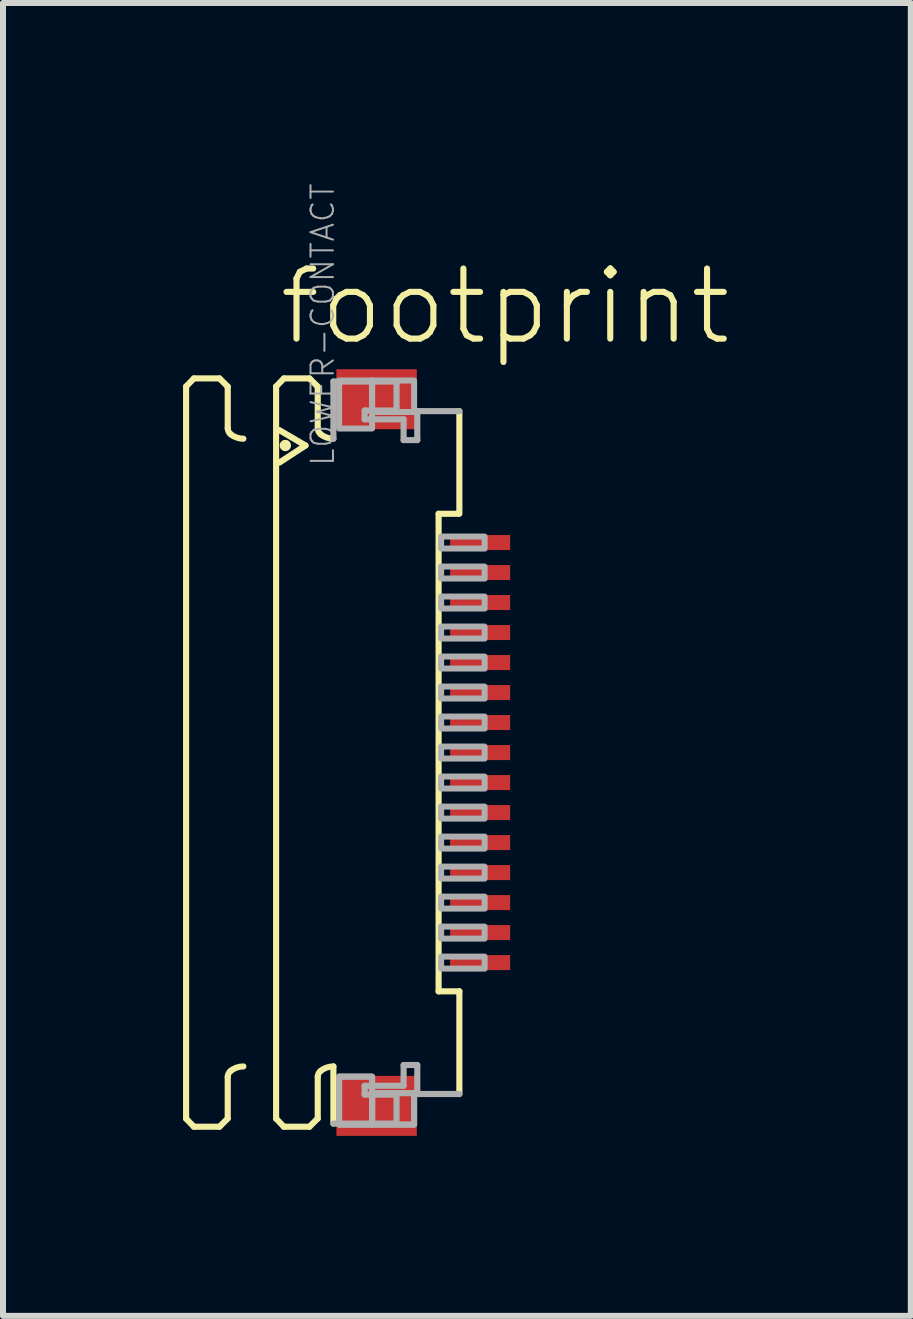
<source format=kicad_pcb>
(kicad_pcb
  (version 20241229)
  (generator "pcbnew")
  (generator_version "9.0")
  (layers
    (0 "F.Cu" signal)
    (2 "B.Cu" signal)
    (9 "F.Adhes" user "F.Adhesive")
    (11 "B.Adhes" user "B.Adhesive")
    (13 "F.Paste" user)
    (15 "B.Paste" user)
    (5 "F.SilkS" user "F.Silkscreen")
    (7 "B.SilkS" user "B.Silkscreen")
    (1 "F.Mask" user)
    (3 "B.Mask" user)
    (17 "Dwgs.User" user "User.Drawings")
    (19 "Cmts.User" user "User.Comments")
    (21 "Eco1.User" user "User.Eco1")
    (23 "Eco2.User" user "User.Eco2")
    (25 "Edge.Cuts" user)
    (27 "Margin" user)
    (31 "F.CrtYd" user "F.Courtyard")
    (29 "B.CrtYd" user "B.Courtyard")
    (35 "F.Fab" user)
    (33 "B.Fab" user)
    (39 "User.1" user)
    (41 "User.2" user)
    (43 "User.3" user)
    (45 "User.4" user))
  (footprint "footprint"
    (layer "F.Cu")
    (at 3.046 9.491)
    (property "Reference" "footprint" (at -1.5 -6.75 0) (layer "F.SilkS") (effects (font (size 1.168 1.168) (thickness 0.102)) (justify left bottom)))
    (fp_poly (pts (xy 1.355 -3.325) (xy 2.455 -3.325) (xy 2.455 -3.675) (xy 1.355 -3.675)) (stroke (width 0) (type solid)) (fill yes) (layer "F.Mask"))
    (fp_poly (pts (xy 1.355 -2.825) (xy 2.455 -2.825) (xy 2.455 -3.175) (xy 1.355 -3.175)) (stroke (width 0) (type solid)) (fill yes) (layer "F.Mask"))
    (fp_poly (pts (xy 1.355 -2.325) (xy 2.455 -2.325) (xy 2.455 -2.675) (xy 1.355 -2.675)) (stroke (width 0) (type solid)) (fill yes) (layer "F.Mask"))
    (fp_poly (pts (xy 1.355 -1.825) (xy 2.455 -1.825) (xy 2.455 -2.175) (xy 1.355 -2.175)) (stroke (width 0) (type solid)) (fill yes) (layer "F.Mask"))
    (fp_poly (pts (xy 1.355 -1.325) (xy 2.455 -1.325) (xy 2.455 -1.675) (xy 1.355 -1.675)) (stroke (width 0) (type solid)) (fill yes) (layer "F.Mask"))
    (fp_poly (pts (xy 1.355 -0.825) (xy 2.455 -0.825) (xy 2.455 -1.175) (xy 1.355 -1.175)) (stroke (width 0) (type solid)) (fill yes) (layer "F.Mask"))
    (fp_poly (pts (xy 1.355 -0.325) (xy 2.455 -0.325) (xy 2.455 -0.675) (xy 1.355 -0.675)) (stroke (width 0) (type solid)) (fill yes) (layer "F.Mask"))
    (fp_poly (pts (xy 1.355 0.175) (xy 2.455 0.175) (xy 2.455 -0.175) (xy 1.355 -0.175)) (stroke (width 0) (type solid)) (fill yes) (layer "F.Mask"))
    (fp_poly (pts (xy 1.355 0.675) (xy 2.455 0.675) (xy 2.455 0.325) (xy 1.355 0.325)) (stroke (width 0) (type solid)) (fill yes) (layer "F.Mask"))
    (fp_poly (pts (xy 1.355 1.175) (xy 2.455 1.175) (xy 2.455 0.825) (xy 1.355 0.825)) (stroke (width 0) (type solid)) (fill yes) (layer "F.Mask"))
    (fp_poly (pts (xy 1.355 1.675) (xy 2.455 1.675) (xy 2.455 1.325) (xy 1.355 1.325)) (stroke (width 0) (type solid)) (fill yes) (layer "F.Mask"))
    (fp_poly (pts (xy 1.355 2.175) (xy 2.455 2.175) (xy 2.455 1.825) (xy 1.355 1.825)) (stroke (width 0) (type solid)) (fill yes) (layer "F.Mask"))
    (fp_poly (pts (xy 1.355 2.675) (xy 2.455 2.675) (xy 2.455 2.325) (xy 1.355 2.325)) (stroke (width 0) (type solid)) (fill yes) (layer "F.Mask"))
    (fp_poly (pts (xy 1.355 3.175) (xy 2.455 3.175) (xy 2.455 2.825) (xy 1.355 2.825)) (stroke (width 0) (type solid)) (fill yes) (layer "F.Mask"))
    (fp_poly (pts (xy 1.355 3.675) (xy 2.455 3.675) (xy 2.455 3.325) (xy 1.355 3.325)) (stroke (width 0) (type solid)) (fill yes) (layer "F.Mask"))
    (fp_line (start -2.995 -6.1) (end -2.865 -6.235) (stroke (width 0.102) (type solid)) (layer "F.SilkS"))
    (fp_line (start -2.995 6.1) (end -2.995 -6.1) (stroke (width 0.102) (type solid)) (layer "F.SilkS"))
    (fp_line (start -2.995 6.1) (end -2.865 6.235) (stroke (width 0.102) (type solid)) (layer "F.SilkS"))
    (fp_line (start -2.865 -6.235) (end -2.438 -6.235) (stroke (width 0.102) (type solid)) (layer "F.SilkS"))
    (fp_line (start -2.865 6.235) (end -2.438 6.235) (stroke (width 0.102) (type solid)) (layer "F.SilkS"))
    (fp_line (start -2.438 -6.235) (end -2.301 -6.098) (stroke (width 0.102) (type solid)) (layer "F.SilkS"))
    (fp_line (start -2.438 6.235) (end -2.301 6.098) (stroke (width 0.102) (type solid)) (layer "F.SilkS"))
    (fp_line (start -2.301 -6.098) (end -2.301 -5.406) (stroke (width 0.102) (type solid)) (layer "F.SilkS"))
    (fp_line (start -2.301 6.098) (end -2.301 5.406) (stroke (width 0.102) (type solid)) (layer "F.SilkS"))
    (fp_line (start -1.495 -6.1) (end -1.365 -6.235) (stroke (width 0.102) (type solid)) (layer "F.SilkS"))
    (fp_line (start -1.495 6.1) (end -1.495 -6.1) (stroke (width 0.102) (type solid)) (layer "F.SilkS"))
    (fp_line (start -1.495 6.1) (end -1.365 6.235) (stroke (width 0.102) (type solid)) (layer "F.SilkS"))
    (fp_line (start -1.441 -5.373) (end -1.005 -5.117) (stroke (width 0.102) (type solid)) (layer "F.SilkS"))
    (fp_line (start -1.365 -6.235) (end -0.939 -6.235) (stroke (width 0.102) (type solid)) (layer "F.SilkS"))
    (fp_line (start -1.365 6.235) (end -0.939 6.235) (stroke (width 0.102) (type solid)) (layer "F.SilkS"))
    (fp_line (start -1.005 -5.117) (end -1.441 -4.832) (stroke (width 0.102) (type solid)) (layer "F.SilkS"))
    (fp_line (start -0.939 -6.235) (end -0.801 -6.098) (stroke (width 0.102) (type solid)) (layer "F.SilkS"))
    (fp_line (start -0.939 6.235) (end -0.801 6.098) (stroke (width 0.102) (type solid)) (layer "F.SilkS"))
    (fp_line (start -0.801 -6.098) (end -0.801 -5.406) (stroke (width 0.102) (type solid)) (layer "F.SilkS"))
    (fp_line (start -0.801 6.098) (end -0.801 5.406) (stroke (width 0.102) (type solid)) (layer "F.SilkS"))
    (fp_line (start -0.54 5.23) (end -0.54 6.183) (stroke (width 0.102) (type solid)) (layer "F.SilkS"))
    (fp_line (start 1.213 3.979) (end 1.213 -3.979) (stroke (width 0.102) (type solid)) (layer "F.SilkS"))
    (fp_line (start 1.538 -3.979) (end 1.213 -3.979) (stroke (width 0.102) (type solid)) (layer "F.SilkS"))
    (fp_line (start 1.559 -5.69) (end 1.559 -3.979) (stroke (width 0.102) (type solid)) (layer "F.SilkS"))
    (fp_line (start 1.559 3.979) (end 1.213 3.979) (stroke (width 0.102) (type solid)) (layer "F.SilkS"))
    (fp_line (start 1.559 5.69) (end 1.559 3.979) (stroke (width 0.102) (type solid)) (layer "F.SilkS"))
    (fp_arc (start -2.301 5.4057) (mid -2.288538 5.350596) (end -2.2536 5.306199) (stroke (width 0.1016) (type solid)) (layer "F.SilkS"))
    (fp_arc (start -2.2536 -5.306199) (mid -2.288538 -5.350596) (end -2.301 -5.4057) (stroke (width 0.1016) (type solid)) (layer "F.SilkS"))
    (fp_arc (start -2.2536 5.3062) (mid -2.153476 5.249935) (end -2.0403 5.230399) (stroke (width 0.1016) (type solid)) (layer "F.SilkS"))
    (fp_arc (start -2.0403 -5.230399) (mid -2.153476 -5.249935) (end -2.2536 -5.3062) (stroke (width 0.1016) (type solid)) (layer "F.SilkS"))
    (fp_arc (start -0.801 5.4057) (mid -0.788538 5.350596) (end -0.7536 5.306199) (stroke (width 0.1016) (type solid)) (layer "F.SilkS"))
    (fp_arc (start -0.7536 -5.306199) (mid -0.788538 -5.350596) (end -0.801 -5.4057) (stroke (width 0.1016) (type solid)) (layer "F.SilkS"))
    (fp_arc (start -0.7536 5.3062) (mid -0.653476 5.249935) (end -0.5403 5.230399) (stroke (width 0.1016) (type solid)) (layer "F.SilkS"))
    (fp_arc (start -0.5403 -5.230399) (mid -0.653476 -5.249935) (end -0.7536 -5.3062) (stroke (width 0.1016) (type solid)) (layer "F.SilkS"))
    (fp_circle (center -1.341 -5.117) (end -1.294 -5.117) (stroke (width 0.095) (type solid)) (fill yes) (layer "F.SilkS"))
    (fp_line (start -0.54 -6.183) (end 0.512 -6.183) (stroke (width 0.102) (type solid)) (layer "F.Fab"))
    (fp_line (start -0.54 -5.23) (end -0.54 -6.183) (stroke (width 0.102) (type solid)) (layer "F.Fab"))
    (fp_line (start -0.54 6.183) (end 0.512 6.183) (stroke (width 0.102) (type solid)) (layer "F.Fab"))
    (fp_line (start -0.019 -5.7) (end -0.019 -5.553) (stroke (width 0.102) (type solid)) (layer "F.Fab"))
    (fp_line (start -0.019 -5.553) (end 0.63 -5.553) (stroke (width 0.102) (type solid)) (layer "F.Fab"))
    (fp_line (start -0.019 5.553) (end 0.63 5.553) (stroke (width 0.102) (type solid)) (layer "F.Fab"))
    (fp_line (start -0.019 5.7) (end -0.019 5.553) (stroke (width 0.102) (type solid)) (layer "F.Fab"))
    (fp_line (start 0.512 -6.183) (end 0.512 -5.7) (stroke (width 0.102) (type solid)) (layer "F.Fab"))
    (fp_line (start 0.512 -5.7) (end -0.019 -5.7) (stroke (width 0.102) (type solid)) (layer "F.Fab"))
    (fp_line (start 0.512 5.7) (end -0.019 5.7) (stroke (width 0.102) (type solid)) (layer "F.Fab"))
    (fp_line (start 0.512 6.183) (end 0.512 5.7) (stroke (width 0.102) (type solid)) (layer "F.Fab"))
    (fp_line (start 0.63 -5.553) (end 0.63 -5.207) (stroke (width 0.102) (type solid)) (layer "F.Fab"))
    (fp_line (start 0.63 -5.207) (end 0.858 -5.207) (stroke (width 0.102) (type solid)) (layer "F.Fab"))
    (fp_line (start 0.63 5.207) (end 0.858 5.207) (stroke (width 0.102) (type solid)) (layer "F.Fab"))
    (fp_line (start 0.63 5.553) (end 0.63 5.207) (stroke (width 0.102) (type solid)) (layer "F.Fab"))
    (fp_line (start 0.858 -5.69) (end 1.559 -5.69) (stroke (width 0.102) (type solid)) (layer "F.Fab"))
    (fp_line (start 0.858 -5.207) (end 0.858 -5.69) (stroke (width 0.102) (type solid)) (layer "F.Fab"))
    (fp_line (start 0.858 5.207) (end 0.858 5.69) (stroke (width 0.102) (type solid)) (layer "F.Fab"))
    (fp_line (start 0.858 5.69) (end 1.559 5.69) (stroke (width 0.102) (type solid)) (layer "F.Fab"))
    (fp_poly (pts (xy -0.445 -5.4) (xy 0.105 -5.4) (xy 0.105 -6.2) (xy -0.445 -6.2)) (stroke (width 0.1) (type solid)) (fill no) (layer "F.Fab"))
    (fp_poly (pts (xy -0.445 6.2) (xy 0.105 6.2) (xy 0.105 5.4) (xy -0.445 5.4)) (stroke (width 0.1) (type solid)) (fill no) (layer "F.Fab"))
    (fp_poly (pts (xy -0.445 6.2) (xy 0.105 6.2) (xy 0.105 5.4) (xy -0.445 5.4)) (stroke (width 0.1) (type solid)) (fill no) (layer "F.Fab"))
    (fp_poly (pts (xy 0.105 -5.675) (xy 0.805 -5.675) (xy 0.805 -6.2) (xy 0.105 -6.2)) (stroke (width 0.1) (type solid)) (fill no) (layer "F.Fab"))
    (fp_poly (pts (xy 0.105 6.2) (xy 0.805 6.2) (xy 0.805 5.675) (xy 0.105 5.675)) (stroke (width 0.1) (type solid)) (fill no) (layer "F.Fab"))
    (fp_poly (pts (xy 0.105 6.2) (xy 0.805 6.2) (xy 0.805 5.675) (xy 0.105 5.675)) (stroke (width 0.1) (type solid)) (fill no) (layer "F.Fab"))
    (fp_poly (pts (xy 1.255 -3.4) (xy 1.98 -3.4) (xy 1.98 -3.6) (xy 1.255 -3.6)) (stroke (width 0.1) (type solid)) (fill no) (layer "F.Fab"))
    (fp_poly (pts (xy 1.255 -2.9) (xy 1.98 -2.9) (xy 1.98 -3.1) (xy 1.255 -3.1)) (stroke (width 0.1) (type solid)) (fill no) (layer "F.Fab"))
    (fp_poly (pts (xy 1.255 -2.4) (xy 1.98 -2.4) (xy 1.98 -2.6) (xy 1.255 -2.6)) (stroke (width 0.1) (type solid)) (fill no) (layer "F.Fab"))
    (fp_poly (pts (xy 1.255 -1.9) (xy 1.98 -1.9) (xy 1.98 -2.1) (xy 1.255 -2.1)) (stroke (width 0.1) (type solid)) (fill no) (layer "F.Fab"))
    (fp_poly (pts (xy 1.255 -1.4) (xy 1.98 -1.4) (xy 1.98 -1.6) (xy 1.255 -1.6)) (stroke (width 0.1) (type solid)) (fill no) (layer "F.Fab"))
    (fp_poly (pts (xy 1.255 -0.9) (xy 1.98 -0.9) (xy 1.98 -1.1) (xy 1.255 -1.1)) (stroke (width 0.1) (type solid)) (fill no) (layer "F.Fab"))
    (fp_poly (pts (xy 1.255 -0.4) (xy 1.98 -0.4) (xy 1.98 -0.6) (xy 1.255 -0.6)) (stroke (width 0.1) (type solid)) (fill no) (layer "F.Fab"))
    (fp_poly (pts (xy 1.255 0.1) (xy 1.98 0.1) (xy 1.98 -0.1) (xy 1.255 -0.1)) (stroke (width 0.1) (type solid)) (fill no) (layer "F.Fab"))
    (fp_poly (pts (xy 1.255 0.6) (xy 1.98 0.6) (xy 1.98 0.4) (xy 1.255 0.4)) (stroke (width 0.1) (type solid)) (fill no) (layer "F.Fab"))
    (fp_poly (pts (xy 1.255 1.1) (xy 1.98 1.1) (xy 1.98 0.9) (xy 1.255 0.9)) (stroke (width 0.1) (type solid)) (fill no) (layer "F.Fab"))
    (fp_poly (pts (xy 1.255 1.6) (xy 1.98 1.6) (xy 1.98 1.4) (xy 1.255 1.4)) (stroke (width 0.1) (type solid)) (fill no) (layer "F.Fab"))
    (fp_poly (pts (xy 1.255 2.1) (xy 1.98 2.1) (xy 1.98 1.9) (xy 1.255 1.9)) (stroke (width 0.1) (type solid)) (fill no) (layer "F.Fab"))
    (fp_poly (pts (xy 1.255 2.6) (xy 1.98 2.6) (xy 1.98 2.4) (xy 1.255 2.4)) (stroke (width 0.1) (type solid)) (fill no) (layer "F.Fab"))
    (fp_poly (pts (xy 1.255 3.1) (xy 1.98 3.1) (xy 1.98 2.9) (xy 1.255 2.9)) (stroke (width 0.1) (type solid)) (fill no) (layer "F.Fab"))
    (fp_poly (pts (xy 1.255 3.6) (xy 1.98 3.6) (xy 1.98 3.4) (xy 1.255 3.4)) (stroke (width 0.1) (type solid)) (fill no) (layer "F.Fab"))
    (fp_text user "LOWER-CONTACT" (at -0.5 -4.75 270) (layer "F.Fab") (effects (font (size 0.374 0.374) (thickness 0.033)) (justify left bottom)))
    (pad "1" smd rect (at 1.905 -3.5) (size 1 0.25) (layers "F.Cu" "F.Paste"))
    (pad "2" smd rect (at 1.905 -3) (size 1 0.25) (layers "F.Cu" "F.Paste"))
    (pad "3" smd rect (at 1.905 -2.5) (size 1 0.25) (layers "F.Cu" "F.Paste"))
    (pad "4" smd rect (at 1.905 -2) (size 1 0.25) (layers "F.Cu" "F.Paste"))
    (pad "5" smd rect (at 1.905 -1.5) (size 1 0.25) (layers "F.Cu" "F.Paste"))
    (pad "6" smd rect (at 1.905 -1) (size 1 0.25) (layers "F.Cu" "F.Paste"))
    (pad "7" smd rect (at 1.905 -0.5) (size 1 0.25) (layers "F.Cu" "F.Paste"))
    (pad "8" smd rect (at 1.905 0) (size 1 0.25) (layers "F.Cu" "F.Paste"))
    (pad "9" smd rect (at 1.905 0.5) (size 1 0.25) (layers "F.Cu" "F.Paste"))
    (pad "10" smd rect (at 1.905 1) (size 1 0.25) (layers "F.Cu" "F.Paste"))
    (pad "11" smd rect (at 1.905 1.5) (size 1 0.25) (layers "F.Cu" "F.Paste"))
    (pad "12" smd rect (at 1.905 2) (size 1 0.25) (layers "F.Cu" "F.Paste"))
    (pad "13" smd rect (at 1.905 2.5) (size 1 0.25) (layers "F.Cu" "F.Paste"))
    (pad "14" smd rect (at 1.905 3) (size 1 0.25) (layers "F.Cu" "F.Paste"))
    (pad "15" smd rect (at 1.905 3.5) (size 1 0.25) (layers "F.Cu" "F.Paste"))
    (pad "M1" smd rect (at 0.18 -5.888) (size 1.34 1) (layers "F.Cu" "F.Mask" "F.Paste"))
    (pad "M2" smd rect (at 0.18 5.888) (size 1.34 1) (layers "F.Cu" "F.Mask" "F.Paste")))
  (gr_rect
    (start -3 -3)
    (end 12.128 18.878)
    (stroke (width 0.1) (type default))
    (fill no)
    (layer "Edge.Cuts")))
</source>
